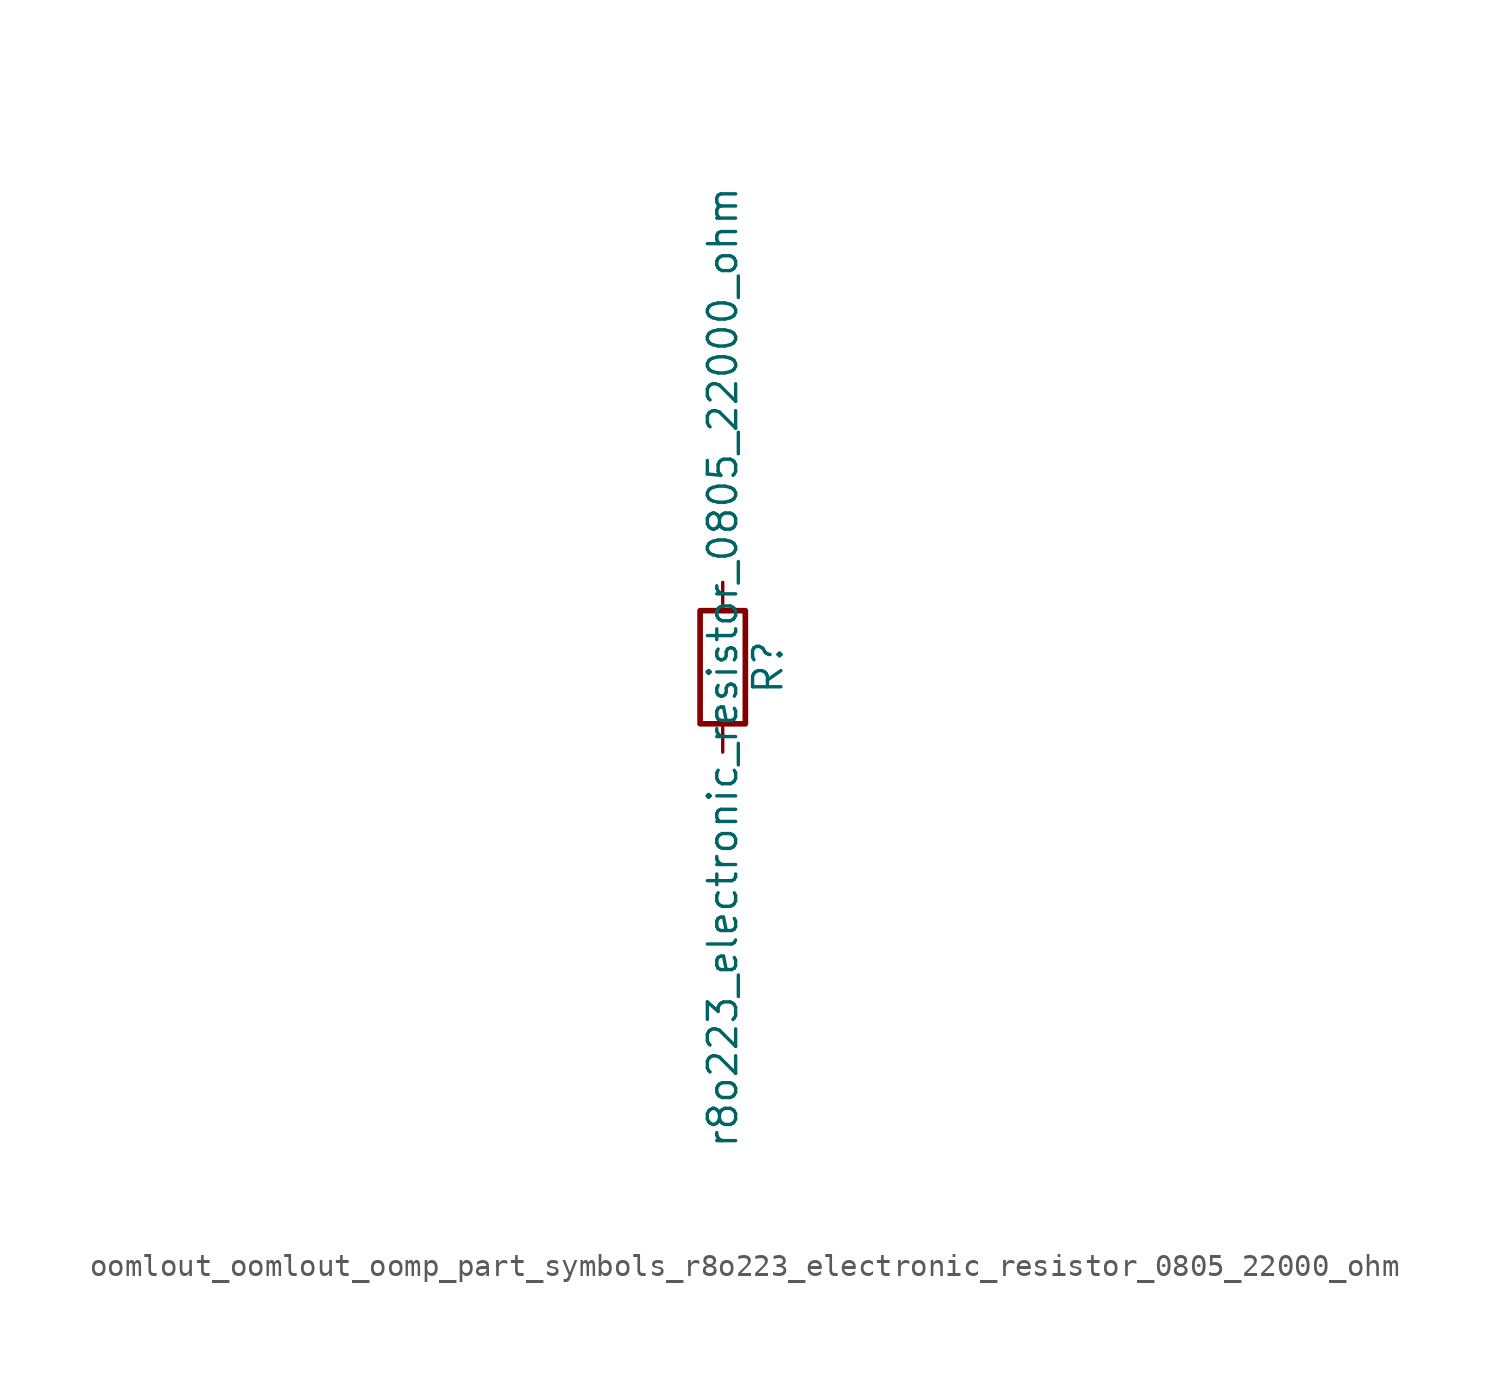
<source format=kicad_sym>
(kicad_symbol_lib
  (version 20220914)
  (generator kicad_symbol_editor)
  (symbol "oomlout_oomlout_oomp_part_symbols_r8o223_electronic_resistor_0805_22000_ohm"
    (pin_numbers hide)
    (pin_names
      (offset 0))
    (property "Reference" "R"
      (at 2.032 0 90)
      (effects (font (size 1.27 1.27))))
    (property "Value" "r8o223_electronic_resistor_0805_22000_ohm"
      (at 0 0 90)
      (effects (font (size 1.27 1.27))))
    (symbol "oomlout_oomlout_oomp_part_symbols_r8o223_electronic_resistor_0805_22000_ohm_0_1"
      (rectangle (start -1.016 -2.54) (end 1.016 2.54) (stroke (width 0.254) (type default)) (fill (type none))))
    (symbol "oomlout_oomlout_oomp_part_symbols_r8o223_electronic_resistor_0805_22000_ohm_1_1"
      (pin passive line (at 0 3.81 270) (length 1.27) (name "~" (effects (font (size 1.27 1.27)))) (number "1" (effects (font (size 1.27 1.27)))))
      (pin passive line (at 0 -3.81 90) (length 1.27) (name "~" (effects (font (size 1.27 1.27)))) (number "2" (effects (font (size 1.27 1.27))))))))
</source>
